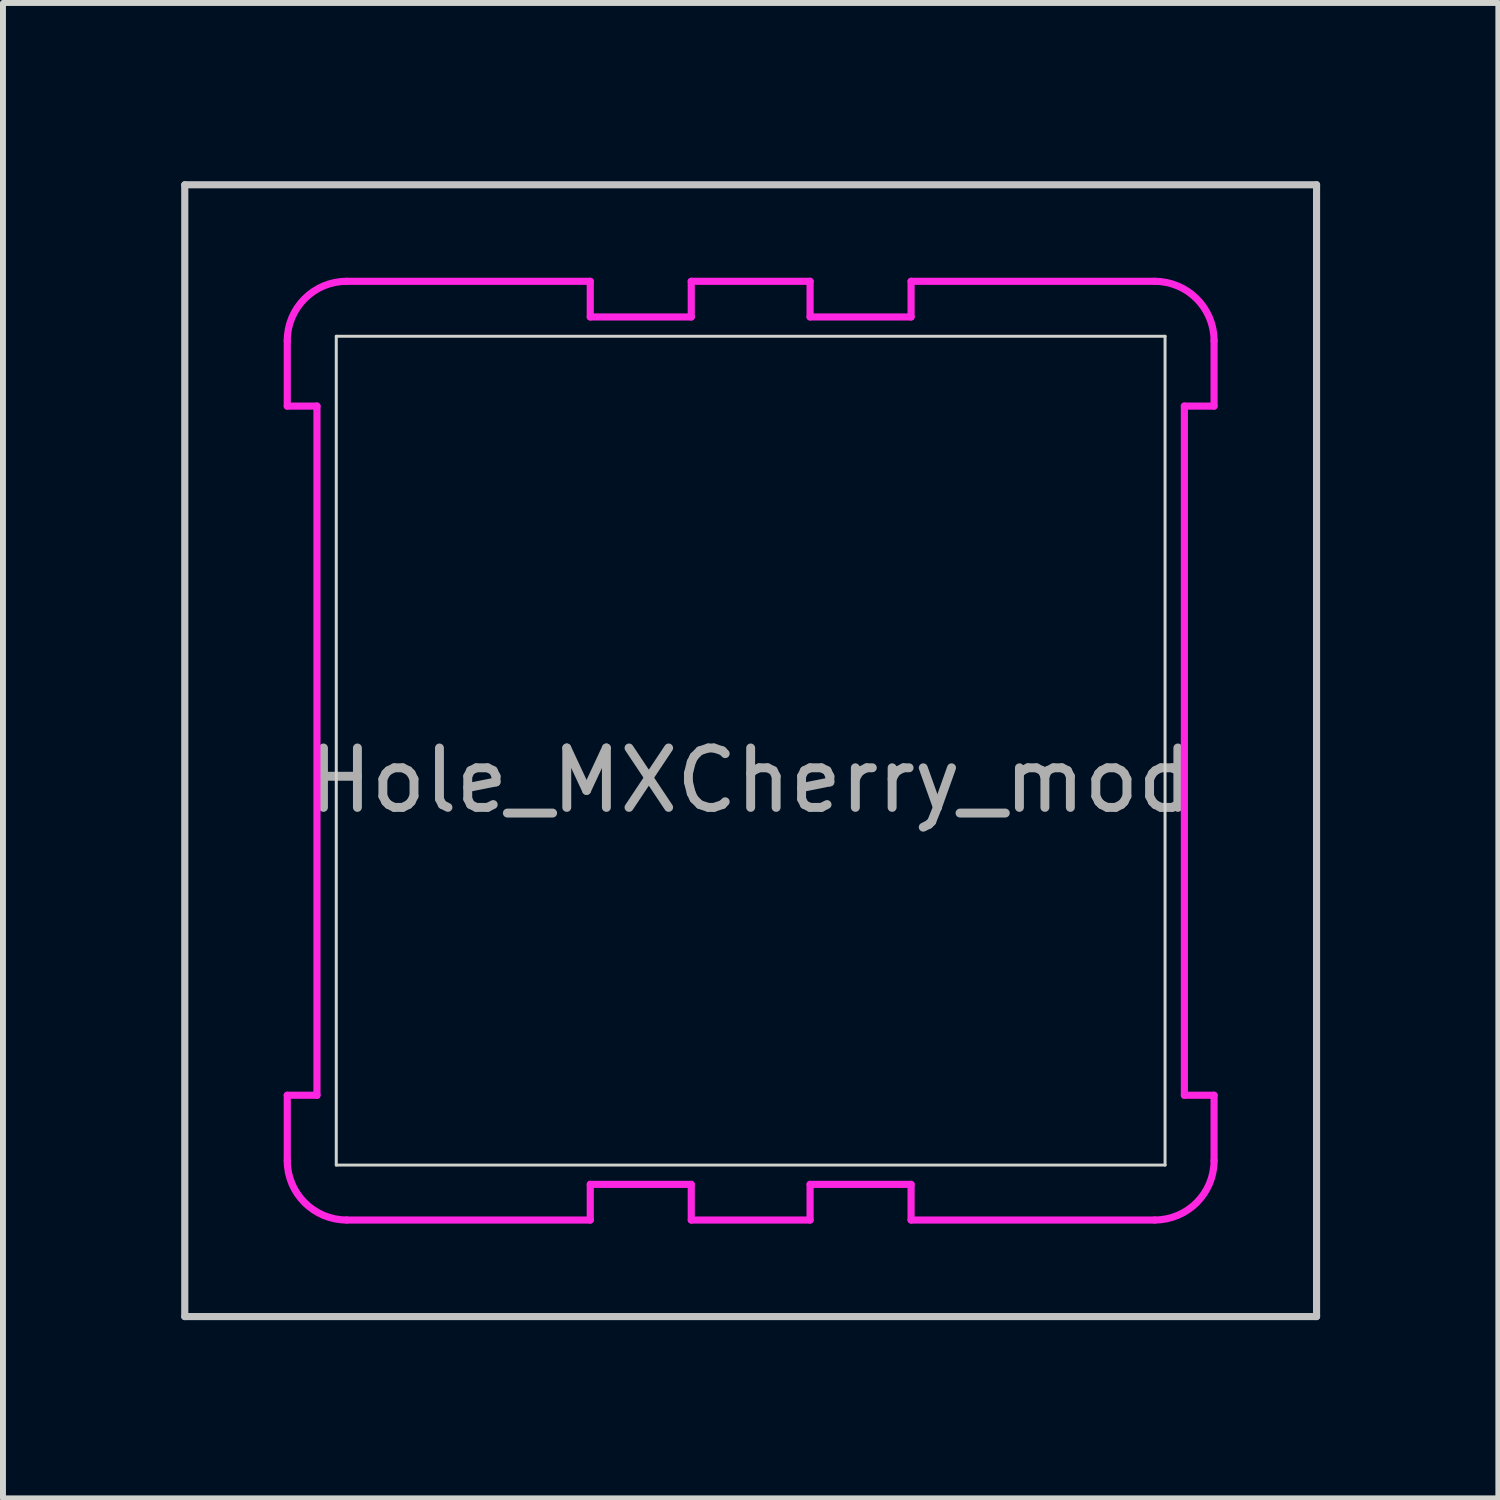
<source format=kicad_pcb>
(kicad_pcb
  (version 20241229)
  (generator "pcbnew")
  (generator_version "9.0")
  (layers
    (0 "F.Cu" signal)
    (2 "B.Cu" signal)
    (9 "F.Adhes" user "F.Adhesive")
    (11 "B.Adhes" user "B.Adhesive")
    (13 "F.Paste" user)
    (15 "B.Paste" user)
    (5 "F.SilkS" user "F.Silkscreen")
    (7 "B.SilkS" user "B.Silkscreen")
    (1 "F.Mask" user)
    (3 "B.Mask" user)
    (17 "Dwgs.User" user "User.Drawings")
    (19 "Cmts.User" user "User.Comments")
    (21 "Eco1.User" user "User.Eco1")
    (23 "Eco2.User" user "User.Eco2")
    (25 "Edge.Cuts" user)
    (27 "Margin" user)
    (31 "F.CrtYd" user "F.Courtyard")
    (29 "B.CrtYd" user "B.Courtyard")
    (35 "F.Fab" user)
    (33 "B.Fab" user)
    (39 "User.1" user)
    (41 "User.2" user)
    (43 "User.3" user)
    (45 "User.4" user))
  (footprint "Hole_MXCherry_mod"
    (layer "F.Cu")
    (at 9.585 9.585)
    (property "Reference" "Hole_MXCherry_mod" (at 0 0.5 0) (layer "F.Fab") (effects (font (size 1 1) (thickness 0.15))))
    (attr through_hole)
    (fp_line (start -9.525 -9.525) (end 9.525 -9.525) (stroke (width 0.12) (type solid)) (layer "Dwgs.User"))
    (fp_line (start -9.525 9.525) (end -9.525 -9.525) (stroke (width 0.12) (type solid)) (layer "Dwgs.User"))
    (fp_line (start -9.525 9.525) (end 9.525 9.525) (stroke (width 0.12) (type solid)) (layer "Dwgs.User"))
    (fp_line (start 9.525 9.525) (end 9.525 -9.525) (stroke (width 0.12) (type solid)) (layer "Dwgs.User"))
    (fp_line (start -6.975 -6.975) (end -6.975 6.975) (stroke (width 0.05) (type solid)) (layer "Edge.Cuts"))
    (fp_line (start -6.975 -6.975) (end 6.975 -6.975) (stroke (width 0.05) (type solid)) (layer "Edge.Cuts"))
    (fp_line (start -6.975 6.975) (end 6.975 6.975) (stroke (width 0.05) (type solid)) (layer "Edge.Cuts"))
    (fp_line (start 6.975 -6.975) (end 6.975 6.975) (stroke (width 0.05) (type solid)) (layer "Edge.Cuts"))
    (fp_line (start -7.8 -6.9) (end -7.8 -5.8) (stroke (width 0.12) (type solid)) (layer "F.CrtYd"))
    (fp_line (start -7.8 -5.8) (end -7.3 -5.8) (stroke (width 0.12) (type solid)) (layer "F.CrtYd"))
    (fp_line (start -7.8 5.8) (end -7.3 5.8) (stroke (width 0.12) (type solid)) (layer "F.CrtYd"))
    (fp_line (start -7.8 6.9) (end -7.8 5.8) (stroke (width 0.12) (type solid)) (layer "F.CrtYd"))
    (fp_line (start -7.3 -5.8) (end -7.3 5.8) (stroke (width 0.12) (type solid)) (layer "F.CrtYd"))
    (fp_line (start -6.8 -7.9) (end -2.7 -7.9) (stroke (width 0.12) (type solid)) (layer "F.CrtYd"))
    (fp_line (start -6.8 7.9) (end -2.7 7.9) (stroke (width 0.12) (type solid)) (layer "F.CrtYd"))
    (fp_line (start -2.7 -7.9) (end -2.7 -7.3) (stroke (width 0.12) (type solid)) (layer "F.CrtYd"))
    (fp_line (start -2.7 7.3) (end -1 7.3) (stroke (width 0.12) (type solid)) (layer "F.CrtYd"))
    (fp_line (start -2.7 7.9) (end -2.7 7.3) (stroke (width 0.12) (type solid)) (layer "F.CrtYd"))
    (fp_line (start -1 -7.9) (end -1 -7.3) (stroke (width 0.12) (type solid)) (layer "F.CrtYd"))
    (fp_line (start -1 -7.9) (end 1 -7.9) (stroke (width 0.12) (type solid)) (layer "F.CrtYd"))
    (fp_line (start -1 -7.3) (end -2.7 -7.3) (stroke (width 0.12) (type solid)) (layer "F.CrtYd"))
    (fp_line (start -1 7.3) (end -1 7.9) (stroke (width 0.12) (type solid)) (layer "F.CrtYd"))
    (fp_line (start -1 7.9) (end 1 7.9) (stroke (width 0.12) (type solid)) (layer "F.CrtYd"))
    (fp_line (start 1 -7.9) (end 1 -7.3) (stroke (width 0.12) (type solid)) (layer "F.CrtYd"))
    (fp_line (start 1 -7.3) (end 2.7 -7.3) (stroke (width 0.12) (type solid)) (layer "F.CrtYd"))
    (fp_line (start 1 7.3) (end 2.7 7.3) (stroke (width 0.12) (type solid)) (layer "F.CrtYd"))
    (fp_line (start 1 7.9) (end 1 7.3) (stroke (width 0.12) (type solid)) (layer "F.CrtYd"))
    (fp_line (start 2.7 -7.9) (end 2.7 -7.3) (stroke (width 0.12) (type solid)) (layer "F.CrtYd"))
    (fp_line (start 2.7 7.9) (end 2.7 7.3) (stroke (width 0.12) (type solid)) (layer "F.CrtYd"))
    (fp_line (start 6.8 -7.9) (end 2.7 -7.9) (stroke (width 0.12) (type solid)) (layer "F.CrtYd"))
    (fp_line (start 6.8 7.9) (end 2.7 7.9) (stroke (width 0.12) (type solid)) (layer "F.CrtYd"))
    (fp_line (start 7.3 5.8) (end 7.3 -5.8) (stroke (width 0.12) (type solid)) (layer "F.CrtYd"))
    (fp_line (start 7.8 -6.9) (end 7.8 -5.8) (stroke (width 0.12) (type solid)) (layer "F.CrtYd"))
    (fp_line (start 7.8 -5.8) (end 7.3 -5.8) (stroke (width 0.12) (type solid)) (layer "F.CrtYd"))
    (fp_line (start 7.8 5.8) (end 7.3 5.8) (stroke (width 0.12) (type solid)) (layer "F.CrtYd"))
    (fp_line (start 7.8 6.9) (end 7.8 5.8) (stroke (width 0.12) (type solid)) (layer "F.CrtYd"))
    (fp_arc (start -7.8 -6.9) (mid -7.507107 -7.607107) (end -6.8 -7.9) (stroke (width 0.12) (type solid)) (layer "F.CrtYd"))
    (fp_arc (start -6.8 7.9) (mid -7.507107 7.607107) (end -7.8 6.9) (stroke (width 0.12) (type solid)) (layer "F.CrtYd"))
    (fp_arc (start 6.8 -7.9) (mid 7.507107 -7.607107) (end 7.8 -6.9) (stroke (width 0.12) (type solid)) (layer "F.CrtYd"))
    (fp_arc (start 7.8 6.9) (mid 7.507107 7.607107) (end 6.8 7.9) (stroke (width 0.12) (type solid)) (layer "F.CrtYd")))
  (gr_rect
    (start -3 -3)
    (end 22.17 22.17)
    (stroke (width 0.1) (type default))
    (fill no)
    (layer "Edge.Cuts")))
</source>
